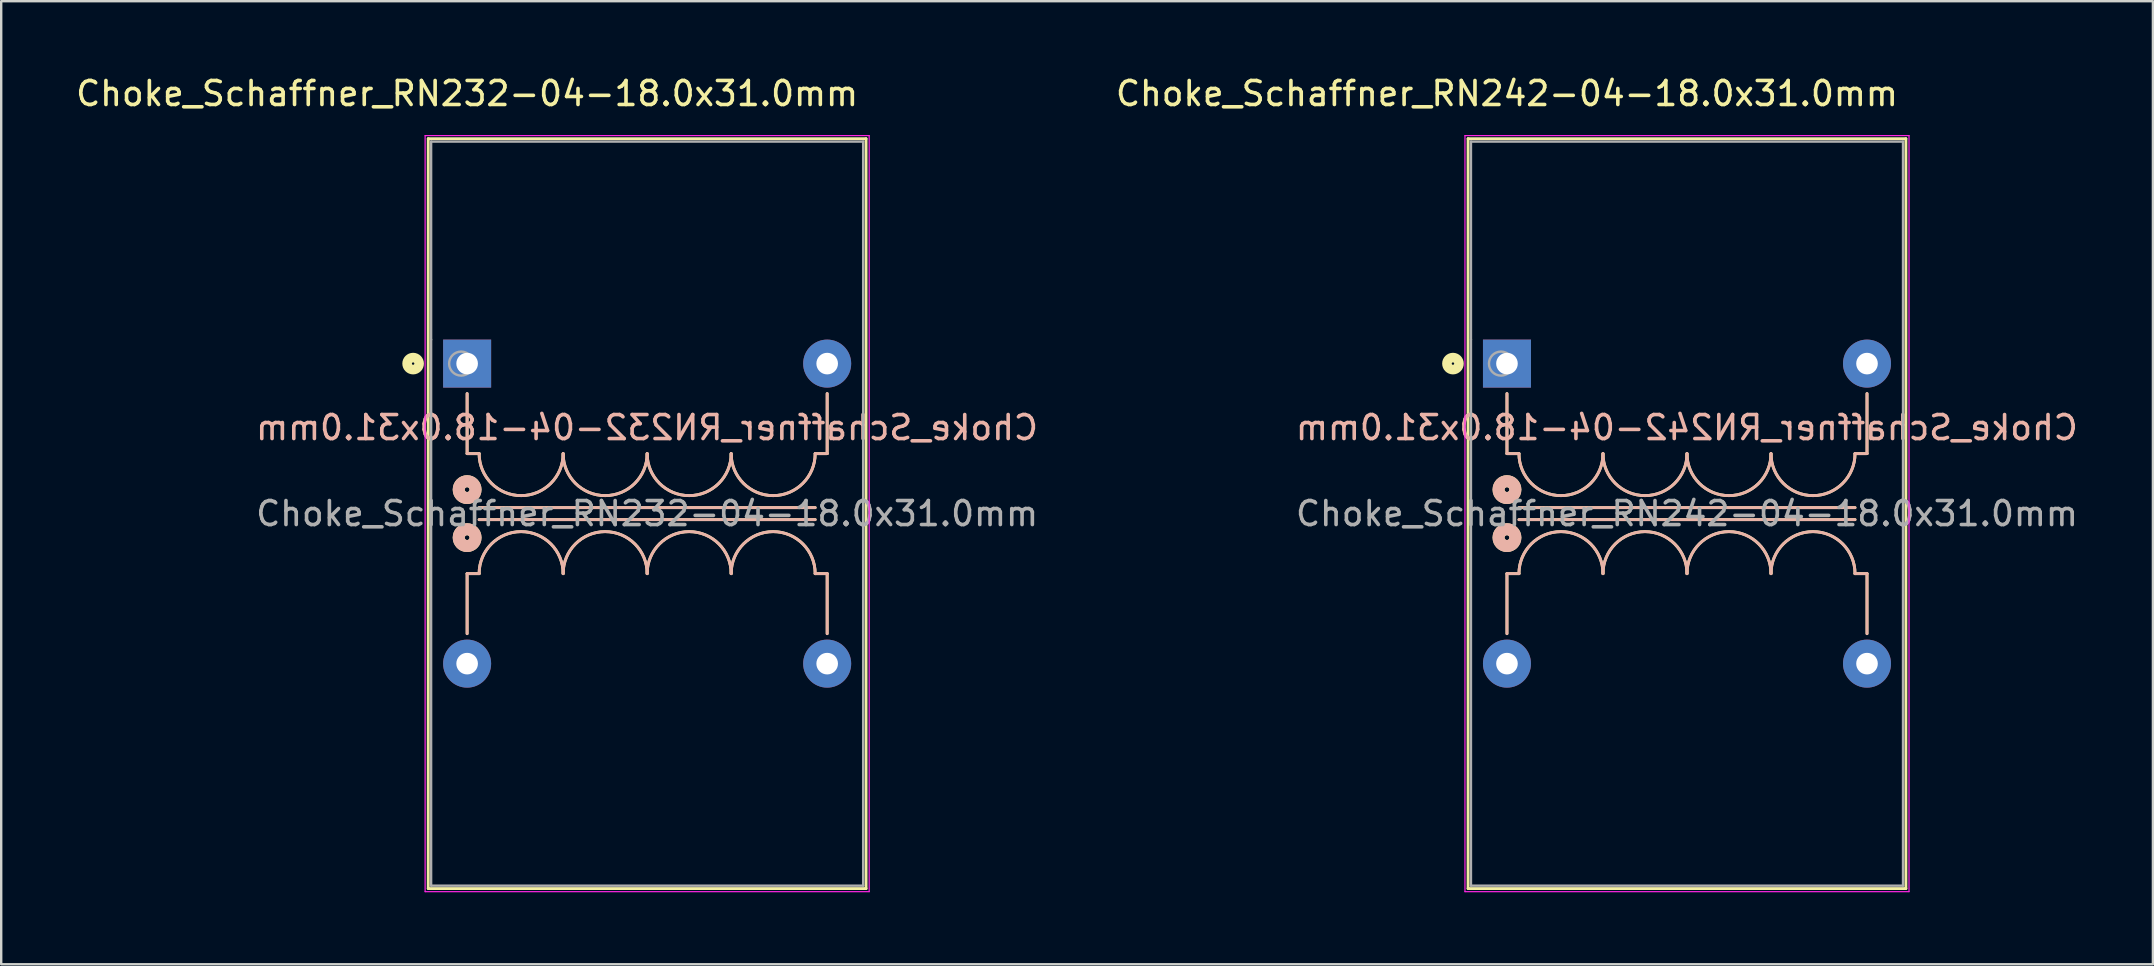
<source format=kicad_pcb>
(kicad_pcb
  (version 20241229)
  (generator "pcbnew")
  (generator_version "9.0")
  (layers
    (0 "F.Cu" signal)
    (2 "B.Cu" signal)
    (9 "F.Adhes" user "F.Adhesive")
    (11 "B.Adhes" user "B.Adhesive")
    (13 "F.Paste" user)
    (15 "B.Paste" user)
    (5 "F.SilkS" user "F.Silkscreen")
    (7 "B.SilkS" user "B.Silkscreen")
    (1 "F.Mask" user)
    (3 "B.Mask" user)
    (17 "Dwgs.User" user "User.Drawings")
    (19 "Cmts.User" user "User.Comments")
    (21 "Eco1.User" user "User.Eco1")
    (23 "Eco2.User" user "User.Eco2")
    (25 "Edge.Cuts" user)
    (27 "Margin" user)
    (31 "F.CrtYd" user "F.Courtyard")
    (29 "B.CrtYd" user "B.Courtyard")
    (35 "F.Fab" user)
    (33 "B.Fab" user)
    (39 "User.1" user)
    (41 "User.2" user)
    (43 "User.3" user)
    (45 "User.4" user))
  (footprint "Choke_Schaffner_RN232-04-18.0x31.0mm"
    (layer "F.Cu")
    (at 16.411 12.098)
    (property "Reference" "Choke_Schaffner_RN232-04-18.0x31.0mm" (at 0 -11.25 0) (layer "F.SilkS") (effects (font (size 1 1) (thickness 0.15))))
    (fp_line (start -1.62 -9.37) (end 16.62 -9.37) (stroke (width 0.12) (type solid)) (layer "F.SilkS"))
    (fp_line (start -1.62 21.87) (end -1.62 -9.37) (stroke (width 0.12) (type solid)) (layer "F.SilkS"))
    (fp_line (start 0 3.75) (end 0 1.25) (stroke (width 0.12) (type solid)) (layer "F.SilkS"))
    (fp_line (start 0 8.75) (end 0 11.25) (stroke (width 0.12) (type solid)) (layer "F.SilkS"))
    (fp_line (start 0.5 3.75) (end 0 3.75) (stroke (width 0.12) (type solid)) (layer "F.SilkS"))
    (fp_line (start 0.5 6.5) (end 14.5 6.5) (stroke (width 0.12) (type solid)) (layer "F.SilkS"))
    (fp_line (start 0.5 8.75) (end 0 8.75) (stroke (width 0.12) (type solid)) (layer "F.SilkS"))
    (fp_line (start 14.5 3.75) (end 15 3.75) (stroke (width 0.12) (type solid)) (layer "F.SilkS"))
    (fp_line (start 14.5 6) (end 0.5 6) (stroke (width 0.12) (type solid)) (layer "F.SilkS"))
    (fp_line (start 14.5 8.75) (end 15 8.75) (stroke (width 0.12) (type solid)) (layer "F.SilkS"))
    (fp_line (start 15 3.75) (end 15 1.25) (stroke (width 0.12) (type solid)) (layer "F.SilkS"))
    (fp_line (start 15 8.75) (end 15 11.25) (stroke (width 0.12) (type solid)) (layer "F.SilkS"))
    (fp_line (start 16.62 -9.37) (end 16.62 21.87) (stroke (width 0.12) (type solid)) (layer "F.SilkS"))
    (fp_line (start 16.62 21.87) (end -1.62 21.87) (stroke (width 0.12) (type solid)) (layer "F.SilkS"))
    (fp_arc (start 0.5 8.75) (mid 2.25 7) (end 4 8.75) (stroke (width 0.12) (type solid)) (layer "F.SilkS"))
    (fp_arc (start 4 3.75) (mid 2.25 5.5) (end 0.5 3.75) (stroke (width 0.12) (type solid)) (layer "F.SilkS"))
    (fp_arc (start 4 8.75) (mid 5.75 7) (end 7.5 8.75) (stroke (width 0.12) (type solid)) (layer "F.SilkS"))
    (fp_arc (start 7.5 3.75) (mid 5.75 5.5) (end 4 3.75) (stroke (width 0.12) (type solid)) (layer "F.SilkS"))
    (fp_arc (start 7.5 8.75) (mid 9.25 7) (end 11 8.75) (stroke (width 0.12) (type solid)) (layer "F.SilkS"))
    (fp_arc (start 11 3.75) (mid 9.25 5.5) (end 7.5 3.75) (stroke (width 0.12) (type solid)) (layer "F.SilkS"))
    (fp_arc (start 11 8.75) (mid 12.75 7) (end 14.5 8.75) (stroke (width 0.12) (type solid)) (layer "F.SilkS"))
    (fp_arc (start 14.5 3.75) (mid 12.75 5.5) (end 11 3.75) (stroke (width 0.12) (type solid)) (layer "F.SilkS"))
    (fp_circle (center -2.25 0) (end -2.2 0) (stroke (width 0.4) (type solid)) (fill no) (layer "F.SilkS"))
    (fp_circle (center 0 5.25) (end 0.1 5.25) (stroke (width 0.5) (type solid)) (fill no) (layer "F.SilkS"))
    (fp_circle (center 0 7.25) (end 0.1 7.25) (stroke (width 0.5) (type solid)) (fill no) (layer "F.SilkS"))
    (fp_line (start 0 3.75) (end 0 1.25) (stroke (width 0.12) (type solid)) (layer "B.SilkS"))
    (fp_line (start 0 8.75) (end 0 11.25) (stroke (width 0.12) (type solid)) (layer "B.SilkS"))
    (fp_line (start 0.5 3.75) (end 0 3.75) (stroke (width 0.12) (type solid)) (layer "B.SilkS"))
    (fp_line (start 0.5 6) (end 14.5 6) (stroke (width 0.12) (type solid)) (layer "B.SilkS"))
    (fp_line (start 0.5 8.75) (end 0 8.75) (stroke (width 0.12) (type solid)) (layer "B.SilkS"))
    (fp_line (start 14.5 3.75) (end 15 3.75) (stroke (width 0.12) (type solid)) (layer "B.SilkS"))
    (fp_line (start 14.5 6.5) (end 0.5 6.5) (stroke (width 0.12) (type solid)) (layer "B.SilkS"))
    (fp_line (start 14.5 8.75) (end 15 8.75) (stroke (width 0.12) (type solid)) (layer "B.SilkS"))
    (fp_line (start 15 3.75) (end 15 1.25) (stroke (width 0.12) (type solid)) (layer "B.SilkS"))
    (fp_line (start 15 8.75) (end 15 11.25) (stroke (width 0.12) (type solid)) (layer "B.SilkS"))
    (fp_arc (start 0.5 8.75) (mid 2.25 7) (end 4 8.75) (stroke (width 0.12) (type solid)) (layer "B.SilkS"))
    (fp_arc (start 4 3.75) (mid 2.25 5.5) (end 0.5 3.75) (stroke (width 0.12) (type solid)) (layer "B.SilkS"))
    (fp_arc (start 4 8.75) (mid 5.75 7) (end 7.5 8.75) (stroke (width 0.12) (type solid)) (layer "B.SilkS"))
    (fp_arc (start 7.5 3.75) (mid 5.75 5.5) (end 4 3.75) (stroke (width 0.12) (type solid)) (layer "B.SilkS"))
    (fp_arc (start 7.5 8.75) (mid 9.25 7) (end 11 8.75) (stroke (width 0.12) (type solid)) (layer "B.SilkS"))
    (fp_arc (start 11 3.75) (mid 9.25 5.5) (end 7.5 3.75) (stroke (width 0.12) (type solid)) (layer "B.SilkS"))
    (fp_arc (start 11 8.75) (mid 12.75 7) (end 14.5 8.75) (stroke (width 0.12) (type solid)) (layer "B.SilkS"))
    (fp_arc (start 14.5 3.75) (mid 12.75 5.5) (end 11 3.75) (stroke (width 0.12) (type solid)) (layer "B.SilkS"))
    (fp_circle (center 0 5.25) (end 0.1 5.25) (stroke (width 0.5) (type solid)) (fill no) (layer "B.SilkS"))
    (fp_circle (center 0 7.25) (end 0.1 7.25) (stroke (width 0.5) (type solid)) (fill no) (layer "B.SilkS"))
    (fp_line (start -1.75 -9.5) (end -1.75 22) (stroke (width 0.05) (type solid)) (layer "F.CrtYd"))
    (fp_line (start -1.75 22) (end 16.75 22) (stroke (width 0.05) (type solid)) (layer "F.CrtYd"))
    (fp_line (start 16.75 -9.5) (end -1.75 -9.5) (stroke (width 0.05) (type solid)) (layer "F.CrtYd"))
    (fp_line (start 16.75 22) (end 16.75 -9.5) (stroke (width 0.05) (type solid)) (layer "F.CrtYd"))
    (fp_line (start -1.5 -9.25) (end 16.5 -9.25) (stroke (width 0.1) (type solid)) (layer "F.Fab"))
    (fp_line (start -1.5 -1) (end -1.5 -9.25) (stroke (width 0.1) (type solid)) (layer "F.Fab"))
    (fp_line (start -1.5 21.75) (end -1.5 -1) (stroke (width 0.1) (type solid)) (layer "F.Fab"))
    (fp_line (start 16.5 -9.25) (end 16.5 21.75) (stroke (width 0.1) (type solid)) (layer "F.Fab"))
    (fp_line (start 16.5 21.75) (end -1.5 21.75) (stroke (width 0.1) (type solid)) (layer "F.Fab"))
    (fp_circle (center -0.25 0) (end 0.25 0) (stroke (width 0.1) (type solid)) (fill no) (layer "F.Fab"))
    (fp_text user "${REFERENCE}" (at 7.493 2.667 0) (layer "B.SilkS") (effects (font (size 1 1) (thickness 0.15)) (justify mirror)))
    (fp_text user "${REFERENCE}" (at 7.5 6.25 0) (layer "F.Fab") (effects (font (size 1 1) (thickness 0.15))))
    (pad "1" thru_hole rect (at 0 0) (size 2 2) (drill 0.9) (layers "*.Cu" "*.Mask"))
    (pad "2" thru_hole circle (at 15 0) (size 2 2) (drill 0.9) (layers "*.Cu" "*.Mask"))
    (pad "3" thru_hole circle (at 0 12.5) (size 2 2) (drill 0.9) (layers "*.Cu" "*.Mask"))
    (pad "4" thru_hole circle (at 15 12.5) (size 2 2) (drill 0.9) (layers "*.Cu" "*.Mask")))
  (footprint "Choke_Schaffner_RN242-04-18.0x31.0mm"
    (layer "F.Cu")
    (at 59.732 12.098)
    (property "Reference" "Choke_Schaffner_RN242-04-18.0x31.0mm" (at 0 -11.25 0) (layer "F.SilkS") (effects (font (size 1 1) (thickness 0.15))))
    (fp_line (start -1.62 -9.37) (end 16.62 -9.37) (stroke (width 0.12) (type solid)) (layer "F.SilkS"))
    (fp_line (start -1.62 21.87) (end -1.62 -9.37) (stroke (width 0.12) (type solid)) (layer "F.SilkS"))
    (fp_line (start 0 3.75) (end 0 1.25) (stroke (width 0.12) (type solid)) (layer "F.SilkS"))
    (fp_line (start 0 8.75) (end 0 11.25) (stroke (width 0.12) (type solid)) (layer "F.SilkS"))
    (fp_line (start 0.5 3.75) (end 0 3.75) (stroke (width 0.12) (type solid)) (layer "F.SilkS"))
    (fp_line (start 0.5 6.5) (end 14.5 6.5) (stroke (width 0.12) (type solid)) (layer "F.SilkS"))
    (fp_line (start 0.5 8.75) (end 0 8.75) (stroke (width 0.12) (type solid)) (layer "F.SilkS"))
    (fp_line (start 14.5 3.75) (end 15 3.75) (stroke (width 0.12) (type solid)) (layer "F.SilkS"))
    (fp_line (start 14.5 6) (end 0.5 6) (stroke (width 0.12) (type solid)) (layer "F.SilkS"))
    (fp_line (start 14.5 8.75) (end 15 8.75) (stroke (width 0.12) (type solid)) (layer "F.SilkS"))
    (fp_line (start 15 3.75) (end 15 1.25) (stroke (width 0.12) (type solid)) (layer "F.SilkS"))
    (fp_line (start 15 8.75) (end 15 11.25) (stroke (width 0.12) (type solid)) (layer "F.SilkS"))
    (fp_line (start 16.62 -9.37) (end 16.62 21.87) (stroke (width 0.12) (type solid)) (layer "F.SilkS"))
    (fp_line (start 16.62 21.87) (end -1.62 21.87) (stroke (width 0.12) (type solid)) (layer "F.SilkS"))
    (fp_arc (start 0.5 8.75) (mid 2.25 7) (end 4 8.75) (stroke (width 0.12) (type solid)) (layer "F.SilkS"))
    (fp_arc (start 4 3.75) (mid 2.25 5.5) (end 0.5 3.75) (stroke (width 0.12) (type solid)) (layer "F.SilkS"))
    (fp_arc (start 4 8.75) (mid 5.75 7) (end 7.5 8.75) (stroke (width 0.12) (type solid)) (layer "F.SilkS"))
    (fp_arc (start 7.5 3.75) (mid 5.75 5.5) (end 4 3.75) (stroke (width 0.12) (type solid)) (layer "F.SilkS"))
    (fp_arc (start 7.5 8.75) (mid 9.25 7) (end 11 8.75) (stroke (width 0.12) (type solid)) (layer "F.SilkS"))
    (fp_arc (start 11 3.75) (mid 9.25 5.5) (end 7.5 3.75) (stroke (width 0.12) (type solid)) (layer "F.SilkS"))
    (fp_arc (start 11 8.75) (mid 12.75 7) (end 14.5 8.75) (stroke (width 0.12) (type solid)) (layer "F.SilkS"))
    (fp_arc (start 14.5 3.75) (mid 12.75 5.5) (end 11 3.75) (stroke (width 0.12) (type solid)) (layer "F.SilkS"))
    (fp_circle (center -2.25 0) (end -2.2 0) (stroke (width 0.4) (type solid)) (fill no) (layer "F.SilkS"))
    (fp_circle (center 0 5.25) (end 0.1 5.25) (stroke (width 0.5) (type solid)) (fill no) (layer "F.SilkS"))
    (fp_circle (center 0 7.25) (end 0.1 7.25) (stroke (width 0.5) (type solid)) (fill no) (layer "F.SilkS"))
    (fp_line (start 0 3.75) (end 0 1.25) (stroke (width 0.12) (type solid)) (layer "B.SilkS"))
    (fp_line (start 0 8.75) (end 0 11.25) (stroke (width 0.12) (type solid)) (layer "B.SilkS"))
    (fp_line (start 0.5 3.75) (end 0 3.75) (stroke (width 0.12) (type solid)) (layer "B.SilkS"))
    (fp_line (start 0.5 6) (end 14.5 6) (stroke (width 0.12) (type solid)) (layer "B.SilkS"))
    (fp_line (start 0.5 8.75) (end 0 8.75) (stroke (width 0.12) (type solid)) (layer "B.SilkS"))
    (fp_line (start 14.5 3.75) (end 15 3.75) (stroke (width 0.12) (type solid)) (layer "B.SilkS"))
    (fp_line (start 14.5 6.5) (end 0.5 6.5) (stroke (width 0.12) (type solid)) (layer "B.SilkS"))
    (fp_line (start 14.5 8.75) (end 15 8.75) (stroke (width 0.12) (type solid)) (layer "B.SilkS"))
    (fp_line (start 15 3.75) (end 15 1.25) (stroke (width 0.12) (type solid)) (layer "B.SilkS"))
    (fp_line (start 15 8.75) (end 15 11.25) (stroke (width 0.12) (type solid)) (layer "B.SilkS"))
    (fp_arc (start 0.5 8.75) (mid 2.25 7) (end 4 8.75) (stroke (width 0.12) (type solid)) (layer "B.SilkS"))
    (fp_arc (start 4 3.75) (mid 2.25 5.5) (end 0.5 3.75) (stroke (width 0.12) (type solid)) (layer "B.SilkS"))
    (fp_arc (start 4 8.75) (mid 5.75 7) (end 7.5 8.75) (stroke (width 0.12) (type solid)) (layer "B.SilkS"))
    (fp_arc (start 7.5 3.75) (mid 5.75 5.5) (end 4 3.75) (stroke (width 0.12) (type solid)) (layer "B.SilkS"))
    (fp_arc (start 7.5 8.75) (mid 9.25 7) (end 11 8.75) (stroke (width 0.12) (type solid)) (layer "B.SilkS"))
    (fp_arc (start 11 3.75) (mid 9.25 5.5) (end 7.5 3.75) (stroke (width 0.12) (type solid)) (layer "B.SilkS"))
    (fp_arc (start 11 8.75) (mid 12.75 7) (end 14.5 8.75) (stroke (width 0.12) (type solid)) (layer "B.SilkS"))
    (fp_arc (start 14.5 3.75) (mid 12.75 5.5) (end 11 3.75) (stroke (width 0.12) (type solid)) (layer "B.SilkS"))
    (fp_circle (center 0 5.25) (end 0.1 5.25) (stroke (width 0.5) (type solid)) (fill no) (layer "B.SilkS"))
    (fp_circle (center 0 7.25) (end 0.1 7.25) (stroke (width 0.5) (type solid)) (fill no) (layer "B.SilkS"))
    (fp_line (start -1.75 -9.5) (end -1.75 22) (stroke (width 0.05) (type solid)) (layer "F.CrtYd"))
    (fp_line (start -1.75 22) (end 16.75 22) (stroke (width 0.05) (type solid)) (layer "F.CrtYd"))
    (fp_line (start 16.75 -9.5) (end -1.75 -9.5) (stroke (width 0.05) (type solid)) (layer "F.CrtYd"))
    (fp_line (start 16.75 22) (end 16.75 -9.5) (stroke (width 0.05) (type solid)) (layer "F.CrtYd"))
    (fp_line (start -1.5 -9.25) (end 16.5 -9.25) (stroke (width 0.1) (type solid)) (layer "F.Fab"))
    (fp_line (start -1.5 -1) (end -1.5 -9.25) (stroke (width 0.1) (type solid)) (layer "F.Fab"))
    (fp_line (start -1.5 21.75) (end -1.5 -1) (stroke (width 0.1) (type solid)) (layer "F.Fab"))
    (fp_line (start 16.5 -9.25) (end 16.5 21.75) (stroke (width 0.1) (type solid)) (layer "F.Fab"))
    (fp_line (start 16.5 21.75) (end -1.5 21.75) (stroke (width 0.1) (type solid)) (layer "F.Fab"))
    (fp_circle (center -0.25 0) (end 0.25 0) (stroke (width 0.1) (type solid)) (fill no) (layer "F.Fab"))
    (fp_text user "${REFERENCE}" (at 7.493 2.667 0) (layer "B.SilkS") (effects (font (size 1 1) (thickness 0.15)) (justify mirror)))
    (fp_text user "${REFERENCE}" (at 7.5 6.25 0) (layer "F.Fab") (effects (font (size 1 1) (thickness 0.15))))
    (pad "1" thru_hole rect (at 0 0) (size 2 2) (drill 0.9) (layers "*.Cu" "*.Mask"))
    (pad "2" thru_hole circle (at 15 0) (size 2 2) (drill 0.9) (layers "*.Cu" "*.Mask"))
    (pad "3" thru_hole circle (at 0 12.5) (size 2 2) (drill 0.9) (layers "*.Cu" "*.Mask"))
    (pad "4" thru_hole circle (at 15 12.5) (size 2 2) (drill 0.9) (layers "*.Cu" "*.Mask")))
  (gr_rect
    (start -3 -3)
    (end 86.643 37.123)
    (stroke (width 0.1) (type default))
    (fill no)
    (layer "Edge.Cuts")))
</source>
